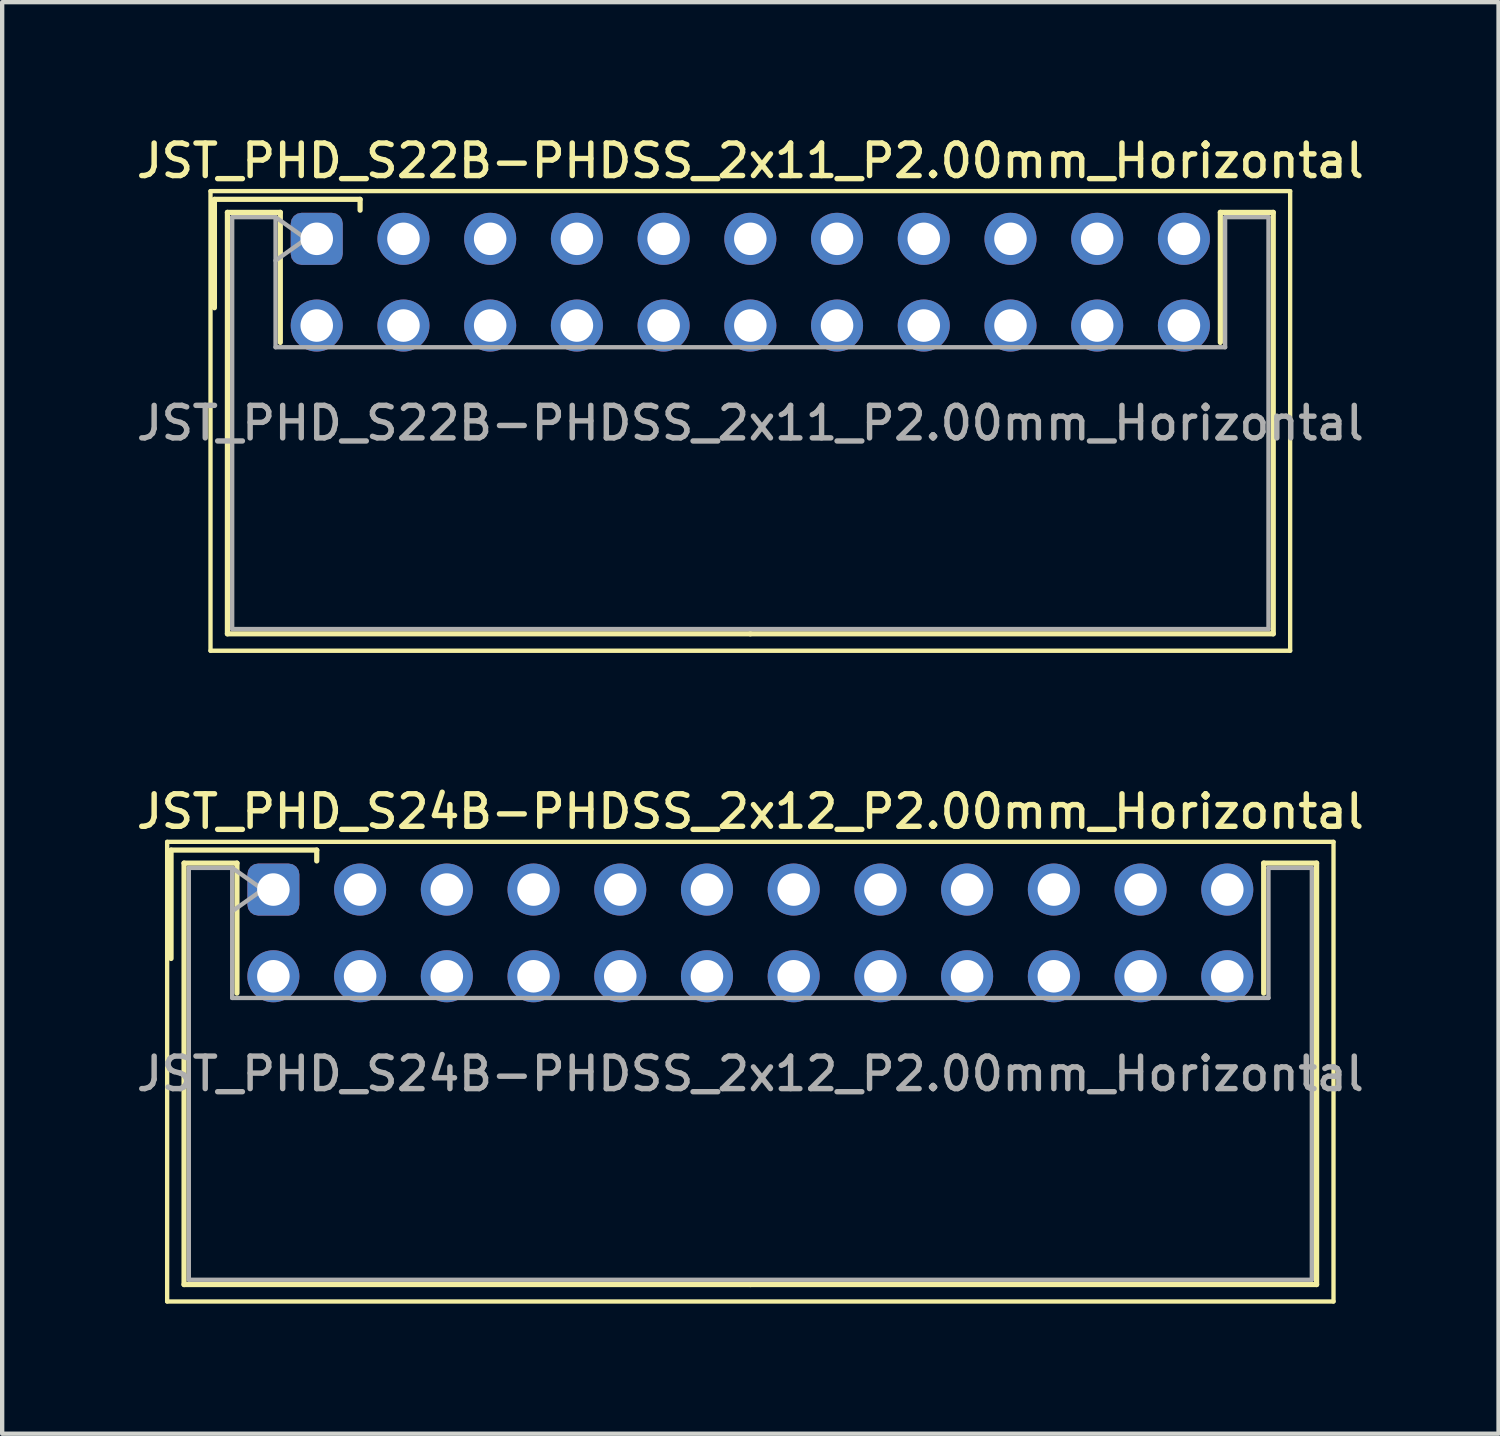
<source format=kicad_pcb>
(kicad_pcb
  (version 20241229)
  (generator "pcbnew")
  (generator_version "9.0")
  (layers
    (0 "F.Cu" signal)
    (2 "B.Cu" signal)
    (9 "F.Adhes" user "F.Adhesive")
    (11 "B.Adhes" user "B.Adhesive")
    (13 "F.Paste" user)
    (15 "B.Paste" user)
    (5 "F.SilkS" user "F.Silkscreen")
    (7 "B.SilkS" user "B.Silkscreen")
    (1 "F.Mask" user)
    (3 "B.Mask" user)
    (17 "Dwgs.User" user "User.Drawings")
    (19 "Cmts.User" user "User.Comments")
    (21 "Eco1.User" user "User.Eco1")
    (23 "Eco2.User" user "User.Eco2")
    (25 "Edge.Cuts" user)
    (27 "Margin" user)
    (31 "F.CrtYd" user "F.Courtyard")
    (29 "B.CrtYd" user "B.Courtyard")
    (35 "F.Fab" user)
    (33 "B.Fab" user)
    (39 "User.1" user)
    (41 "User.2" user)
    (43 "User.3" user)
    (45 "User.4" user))
  (footprint "JST_PHD_S22B-PHDSS_2x11_P2.00mm_Horizontal"
    (layer "F.Cu")
    (at 4.255 2.458)
    (property "Reference" "JST_PHD_S22B-PHDSS_2x11_P2.00mm_Horizontal" (at 10 -1.8 0) (layer "F.SilkS") (effects (font (size 0.75 0.75) (thickness 0.125))))
    (attr through_hole)
    (fp_line (start -2.45 -1.1) (end -2.45 9.5) (stroke (width 0.1) (type solid)) (layer "F.SilkS"))
    (fp_line (start -2.45 9.5) (end 22.45 9.5) (stroke (width 0.1) (type solid)) (layer "F.SilkS"))
    (fp_line (start -2.36 -0.91) (end -2.36 1.59) (stroke (width 0.12) (type solid)) (layer "F.SilkS"))
    (fp_line (start -2.06 -0.61) (end -2.06 9.11) (stroke (width 0.12) (type solid)) (layer "F.SilkS"))
    (fp_line (start -2.06 9.11) (end 10 9.11) (stroke (width 0.12) (type solid)) (layer "F.SilkS"))
    (fp_line (start -0.84 -0.61) (end -2.06 -0.61) (stroke (width 0.12) (type solid)) (layer "F.SilkS"))
    (fp_line (start -0.84 2.39) (end -0.84 -0.61) (stroke (width 0.12) (type solid)) (layer "F.SilkS"))
    (fp_line (start 1 -0.91) (end -2.36 -0.91) (stroke (width 0.12) (type solid)) (layer "F.SilkS"))
    (fp_line (start 1 -0.66) (end 1 -0.91) (stroke (width 0.12) (type solid)) (layer "F.SilkS"))
    (fp_line (start 20.84 -0.61) (end 22.06 -0.61) (stroke (width 0.12) (type solid)) (layer "F.SilkS"))
    (fp_line (start 20.84 2.39) (end 20.84 -0.61) (stroke (width 0.12) (type solid)) (layer "F.SilkS"))
    (fp_line (start 22.06 -0.61) (end 22.06 9.11) (stroke (width 0.12) (type solid)) (layer "F.SilkS"))
    (fp_line (start 22.06 9.11) (end 10 9.11) (stroke (width 0.12) (type solid)) (layer "F.SilkS"))
    (fp_line (start 22.45 -1.1) (end -2.45 -1.1) (stroke (width 0.1) (type solid)) (layer "F.SilkS"))
    (fp_line (start 22.45 9.5) (end 22.45 -1.1) (stroke (width 0.1) (type solid)) (layer "F.SilkS"))
    (fp_line (start -1.95 -0.5) (end -0.95 -0.5) (stroke (width 0.1) (type solid)) (layer "F.Fab"))
    (fp_line (start -1.95 9) (end -1.95 -0.5) (stroke (width 0.1) (type solid)) (layer "F.Fab"))
    (fp_line (start -0.95 -0.5) (end -0.95 2.5) (stroke (width 0.1) (type solid)) (layer "F.Fab"))
    (fp_line (start -0.95 -0.5) (end -0.243 0) (stroke (width 0.1) (type solid)) (layer "F.Fab"))
    (fp_line (start -0.95 2.5) (end 20.95 2.5) (stroke (width 0.1) (type solid)) (layer "F.Fab"))
    (fp_line (start -0.243 0) (end -0.95 0.5) (stroke (width 0.1) (type solid)) (layer "F.Fab"))
    (fp_line (start 20.95 -0.5) (end 21.95 -0.5) (stroke (width 0.1) (type solid)) (layer "F.Fab"))
    (fp_line (start 20.95 2.5) (end 20.95 -0.5) (stroke (width 0.1) (type solid)) (layer "F.Fab"))
    (fp_line (start 21.95 -0.5) (end 21.95 9) (stroke (width 0.1) (type solid)) (layer "F.Fab"))
    (fp_line (start 21.95 9) (end -1.95 9) (stroke (width 0.1) (type solid)) (layer "F.Fab"))
    (fp_text user "${REFERENCE}" (at 10 4.25 0) (layer "F.Fab") (effects (font (size 0.75 0.75) (thickness 0.125))))
    (pad "1" thru_hole roundrect (at 0 0) (size 1.2 1.2) (drill 0.75) (layers "*.Cu" "*.Mask") (roundrect_rratio 0.208))
    (pad "2" thru_hole circle (at 0 2) (size 1.2 1.2) (drill 0.75) (layers "*.Cu" "*.Mask"))
    (pad "3" thru_hole circle (at 2 0) (size 1.2 1.2) (drill 0.75) (layers "*.Cu" "*.Mask"))
    (pad "4" thru_hole circle (at 2 2) (size 1.2 1.2) (drill 0.75) (layers "*.Cu" "*.Mask"))
    (pad "5" thru_hole circle (at 4 0) (size 1.2 1.2) (drill 0.75) (layers "*.Cu" "*.Mask"))
    (pad "6" thru_hole circle (at 4 2) (size 1.2 1.2) (drill 0.75) (layers "*.Cu" "*.Mask"))
    (pad "7" thru_hole circle (at 6 0) (size 1.2 1.2) (drill 0.75) (layers "*.Cu" "*.Mask"))
    (pad "8" thru_hole circle (at 6 2) (size 1.2 1.2) (drill 0.75) (layers "*.Cu" "*.Mask"))
    (pad "9" thru_hole circle (at 8 0) (size 1.2 1.2) (drill 0.75) (layers "*.Cu" "*.Mask"))
    (pad "10" thru_hole circle (at 8 2) (size 1.2 1.2) (drill 0.75) (layers "*.Cu" "*.Mask"))
    (pad "11" thru_hole circle (at 10 0) (size 1.2 1.2) (drill 0.75) (layers "*.Cu" "*.Mask"))
    (pad "12" thru_hole circle (at 10 2) (size 1.2 1.2) (drill 0.75) (layers "*.Cu" "*.Mask"))
    (pad "13" thru_hole circle (at 12 0) (size 1.2 1.2) (drill 0.75) (layers "*.Cu" "*.Mask"))
    (pad "14" thru_hole circle (at 12 2) (size 1.2 1.2) (drill 0.75) (layers "*.Cu" "*.Mask"))
    (pad "15" thru_hole circle (at 14 0) (size 1.2 1.2) (drill 0.75) (layers "*.Cu" "*.Mask"))
    (pad "16" thru_hole circle (at 14 2) (size 1.2 1.2) (drill 0.75) (layers "*.Cu" "*.Mask"))
    (pad "17" thru_hole circle (at 16 0) (size 1.2 1.2) (drill 0.75) (layers "*.Cu" "*.Mask"))
    (pad "18" thru_hole circle (at 16 2) (size 1.2 1.2) (drill 0.75) (layers "*.Cu" "*.Mask"))
    (pad "19" thru_hole circle (at 18 0) (size 1.2 1.2) (drill 0.75) (layers "*.Cu" "*.Mask"))
    (pad "20" thru_hole circle (at 18 2) (size 1.2 1.2) (drill 0.75) (layers "*.Cu" "*.Mask"))
    (pad "21" thru_hole circle (at 20 0) (size 1.2 1.2) (drill 0.75) (layers "*.Cu" "*.Mask"))
    (pad "22" thru_hole circle (at 20 2) (size 1.2 1.2) (drill 0.75) (layers "*.Cu" "*.Mask")))
  (footprint "JST_PHD_S24B-PHDSS_2x12_P2.00mm_Horizontal"
    (layer "F.Cu")
    (at 3.255 17.466)
    (property "Reference" "JST_PHD_S24B-PHDSS_2x12_P2.00mm_Horizontal" (at 11 -1.8 0) (layer "F.SilkS") (effects (font (size 0.75 0.75) (thickness 0.125))))
    (attr through_hole)
    (fp_line (start -2.45 -1.1) (end -2.45 9.5) (stroke (width 0.1) (type solid)) (layer "F.SilkS"))
    (fp_line (start -2.45 9.5) (end 24.45 9.5) (stroke (width 0.1) (type solid)) (layer "F.SilkS"))
    (fp_line (start -2.36 -0.91) (end -2.36 1.59) (stroke (width 0.12) (type solid)) (layer "F.SilkS"))
    (fp_line (start -2.06 -0.61) (end -2.06 9.11) (stroke (width 0.12) (type solid)) (layer "F.SilkS"))
    (fp_line (start -2.06 9.11) (end 11 9.11) (stroke (width 0.12) (type solid)) (layer "F.SilkS"))
    (fp_line (start -0.84 -0.61) (end -2.06 -0.61) (stroke (width 0.12) (type solid)) (layer "F.SilkS"))
    (fp_line (start -0.84 2.39) (end -0.84 -0.61) (stroke (width 0.12) (type solid)) (layer "F.SilkS"))
    (fp_line (start 1 -0.91) (end -2.36 -0.91) (stroke (width 0.12) (type solid)) (layer "F.SilkS"))
    (fp_line (start 1 -0.66) (end 1 -0.91) (stroke (width 0.12) (type solid)) (layer "F.SilkS"))
    (fp_line (start 22.84 -0.61) (end 24.06 -0.61) (stroke (width 0.12) (type solid)) (layer "F.SilkS"))
    (fp_line (start 22.84 2.39) (end 22.84 -0.61) (stroke (width 0.12) (type solid)) (layer "F.SilkS"))
    (fp_line (start 24.06 -0.61) (end 24.06 9.11) (stroke (width 0.12) (type solid)) (layer "F.SilkS"))
    (fp_line (start 24.06 9.11) (end 11 9.11) (stroke (width 0.12) (type solid)) (layer "F.SilkS"))
    (fp_line (start 24.45 -1.1) (end -2.45 -1.1) (stroke (width 0.1) (type solid)) (layer "F.SilkS"))
    (fp_line (start 24.45 9.5) (end 24.45 -1.1) (stroke (width 0.1) (type solid)) (layer "F.SilkS"))
    (fp_line (start -1.95 -0.5) (end -0.95 -0.5) (stroke (width 0.1) (type solid)) (layer "F.Fab"))
    (fp_line (start -1.95 9) (end -1.95 -0.5) (stroke (width 0.1) (type solid)) (layer "F.Fab"))
    (fp_line (start -0.95 -0.5) (end -0.95 2.5) (stroke (width 0.1) (type solid)) (layer "F.Fab"))
    (fp_line (start -0.95 -0.5) (end -0.243 0) (stroke (width 0.1) (type solid)) (layer "F.Fab"))
    (fp_line (start -0.95 2.5) (end 22.95 2.5) (stroke (width 0.1) (type solid)) (layer "F.Fab"))
    (fp_line (start -0.243 0) (end -0.95 0.5) (stroke (width 0.1) (type solid)) (layer "F.Fab"))
    (fp_line (start 22.95 -0.5) (end 23.95 -0.5) (stroke (width 0.1) (type solid)) (layer "F.Fab"))
    (fp_line (start 22.95 2.5) (end 22.95 -0.5) (stroke (width 0.1) (type solid)) (layer "F.Fab"))
    (fp_line (start 23.95 -0.5) (end 23.95 9) (stroke (width 0.1) (type solid)) (layer "F.Fab"))
    (fp_line (start 23.95 9) (end -1.95 9) (stroke (width 0.1) (type solid)) (layer "F.Fab"))
    (fp_text user "${REFERENCE}" (at 11 4.25 0) (layer "F.Fab") (effects (font (size 0.75 0.75) (thickness 0.125))))
    (pad "1" thru_hole roundrect (at 0 0) (size 1.2 1.2) (drill 0.75) (layers "*.Cu" "*.Mask") (roundrect_rratio 0.208))
    (pad "2" thru_hole circle (at 0 2) (size 1.2 1.2) (drill 0.75) (layers "*.Cu" "*.Mask"))
    (pad "3" thru_hole circle (at 2 0) (size 1.2 1.2) (drill 0.75) (layers "*.Cu" "*.Mask"))
    (pad "4" thru_hole circle (at 2 2) (size 1.2 1.2) (drill 0.75) (layers "*.Cu" "*.Mask"))
    (pad "5" thru_hole circle (at 4 0) (size 1.2 1.2) (drill 0.75) (layers "*.Cu" "*.Mask"))
    (pad "6" thru_hole circle (at 4 2) (size 1.2 1.2) (drill 0.75) (layers "*.Cu" "*.Mask"))
    (pad "7" thru_hole circle (at 6 0) (size 1.2 1.2) (drill 0.75) (layers "*.Cu" "*.Mask"))
    (pad "8" thru_hole circle (at 6 2) (size 1.2 1.2) (drill 0.75) (layers "*.Cu" "*.Mask"))
    (pad "9" thru_hole circle (at 8 0) (size 1.2 1.2) (drill 0.75) (layers "*.Cu" "*.Mask"))
    (pad "10" thru_hole circle (at 8 2) (size 1.2 1.2) (drill 0.75) (layers "*.Cu" "*.Mask"))
    (pad "11" thru_hole circle (at 10 0) (size 1.2 1.2) (drill 0.75) (layers "*.Cu" "*.Mask"))
    (pad "12" thru_hole circle (at 10 2) (size 1.2 1.2) (drill 0.75) (layers "*.Cu" "*.Mask"))
    (pad "13" thru_hole circle (at 12 0) (size 1.2 1.2) (drill 0.75) (layers "*.Cu" "*.Mask"))
    (pad "14" thru_hole circle (at 12 2) (size 1.2 1.2) (drill 0.75) (layers "*.Cu" "*.Mask"))
    (pad "15" thru_hole circle (at 14 0) (size 1.2 1.2) (drill 0.75) (layers "*.Cu" "*.Mask"))
    (pad "16" thru_hole circle (at 14 2) (size 1.2 1.2) (drill 0.75) (layers "*.Cu" "*.Mask"))
    (pad "17" thru_hole circle (at 16 0) (size 1.2 1.2) (drill 0.75) (layers "*.Cu" "*.Mask"))
    (pad "18" thru_hole circle (at 16 2) (size 1.2 1.2) (drill 0.75) (layers "*.Cu" "*.Mask"))
    (pad "19" thru_hole circle (at 18 0) (size 1.2 1.2) (drill 0.75) (layers "*.Cu" "*.Mask"))
    (pad "20" thru_hole circle (at 18 2) (size 1.2 1.2) (drill 0.75) (layers "*.Cu" "*.Mask"))
    (pad "21" thru_hole circle (at 20 0) (size 1.2 1.2) (drill 0.75) (layers "*.Cu" "*.Mask"))
    (pad "22" thru_hole circle (at 20 2) (size 1.2 1.2) (drill 0.75) (layers "*.Cu" "*.Mask"))
    (pad "23" thru_hole circle (at 22 0) (size 1.2 1.2) (drill 0.75) (layers "*.Cu" "*.Mask"))
    (pad "24" thru_hole circle (at 22 2) (size 1.2 1.2) (drill 0.75) (layers "*.Cu" "*.Mask")))
  (gr_rect
    (start -3 -3)
    (end 31.511 30.016)
    (stroke (width 0.1) (type default))
    (fill no)
    (layer "Edge.Cuts")))
</source>
